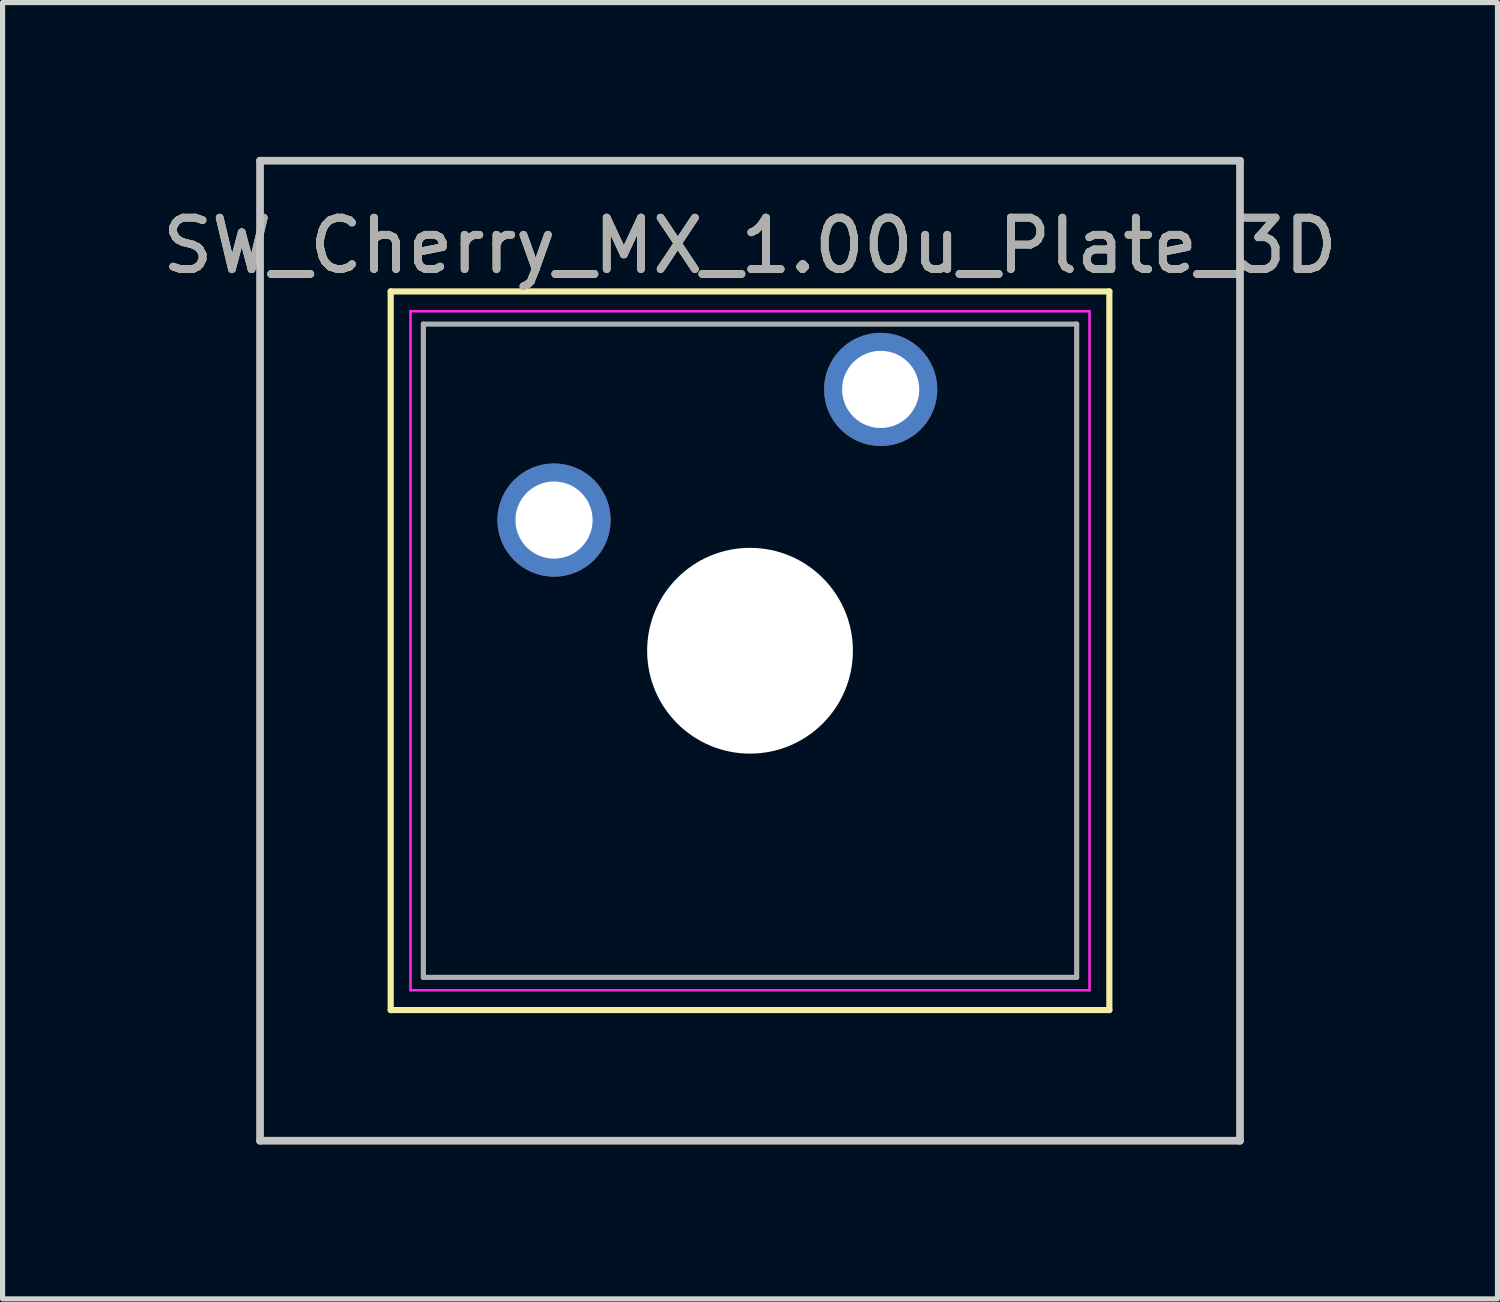
<source format=kicad_pcb>
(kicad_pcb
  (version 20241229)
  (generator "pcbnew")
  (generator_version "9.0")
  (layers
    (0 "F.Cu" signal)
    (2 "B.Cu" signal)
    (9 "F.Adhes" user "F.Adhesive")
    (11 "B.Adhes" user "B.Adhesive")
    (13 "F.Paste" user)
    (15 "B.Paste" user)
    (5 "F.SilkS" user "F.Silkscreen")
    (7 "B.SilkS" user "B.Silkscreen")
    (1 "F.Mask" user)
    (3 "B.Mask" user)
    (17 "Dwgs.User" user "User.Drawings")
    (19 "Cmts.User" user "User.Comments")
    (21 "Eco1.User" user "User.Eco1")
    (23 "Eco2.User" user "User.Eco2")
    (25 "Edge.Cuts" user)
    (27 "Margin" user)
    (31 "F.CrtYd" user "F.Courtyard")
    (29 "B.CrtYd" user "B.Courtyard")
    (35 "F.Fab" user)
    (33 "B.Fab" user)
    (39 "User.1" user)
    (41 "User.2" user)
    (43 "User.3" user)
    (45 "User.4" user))
  (footprint "SW_Cherry_MX_1.00u_Plate_3D"
    (layer "F.Cu")
    (at 14.07 4.52)
    (property "Reference" "SW_Cherry_MX_1.00u_Plate_3D" (at -2.54 -2.794 0) (layer "F.SilkS") (effects (font (size 1 1) (thickness 0.15))))
    (attr through_hole)
    (fp_line (start -9.525 -1.905) (end 4.445 -1.905) (stroke (width 0.12) (type solid)) (layer "F.SilkS"))
    (fp_line (start -9.525 12.065) (end -9.525 -1.905) (stroke (width 0.12) (type solid)) (layer "F.SilkS"))
    (fp_line (start 4.445 -1.905) (end 4.445 12.065) (stroke (width 0.12) (type solid)) (layer "F.SilkS"))
    (fp_line (start 4.445 12.065) (end -9.525 12.065) (stroke (width 0.12) (type solid)) (layer "F.SilkS"))
    (fp_line (start -12.065 -4.445) (end 6.985 -4.445) (stroke (width 0.15) (type solid)) (layer "Dwgs.User"))
    (fp_line (start -12.065 14.605) (end -12.065 -4.445) (stroke (width 0.15) (type solid)) (layer "Dwgs.User"))
    (fp_line (start 6.985 -4.445) (end 6.985 14.605) (stroke (width 0.15) (type solid)) (layer "Dwgs.User"))
    (fp_line (start 6.985 14.605) (end -12.065 14.605) (stroke (width 0.15) (type solid)) (layer "Dwgs.User"))
    (fp_line (start -9.14 -1.52) (end 4.06 -1.52) (stroke (width 0.05) (type solid)) (layer "F.CrtYd"))
    (fp_line (start -9.14 11.68) (end -9.14 -1.52) (stroke (width 0.05) (type solid)) (layer "F.CrtYd"))
    (fp_line (start 4.06 -1.52) (end 4.06 11.68) (stroke (width 0.05) (type solid)) (layer "F.CrtYd"))
    (fp_line (start 4.06 11.68) (end -9.14 11.68) (stroke (width 0.05) (type solid)) (layer "F.CrtYd"))
    (fp_line (start -8.89 -1.27) (end 3.81 -1.27) (stroke (width 0.1) (type solid)) (layer "F.Fab"))
    (fp_line (start -8.89 11.43) (end -8.89 -1.27) (stroke (width 0.1) (type solid)) (layer "F.Fab"))
    (fp_line (start 3.81 -1.27) (end 3.81 11.43) (stroke (width 0.1) (type solid)) (layer "F.Fab"))
    (fp_line (start 3.81 11.43) (end -8.89 11.43) (stroke (width 0.1) (type solid)) (layer "F.Fab"))
    (fp_text user "${REFERENCE}" (at -2.54 -2.794 0) (layer "F.Fab") (effects (font (size 1 1) (thickness 0.15))))
    (pad "" np_thru_hole circle (at -2.54 5.08) (size 4 4) (drill 4) (layers "*.Cu" "*.Mask"))
    (pad "1" thru_hole circle (at 0 0) (size 2.2 2.2) (drill 1.5) (layers "*.Cu" "*.Mask"))
    (pad "2" thru_hole circle (at -6.35 2.54) (size 2.2 2.2) (drill 1.5) (layers "*.Cu" "*.Mask")))
  (gr_rect
    (start -3 -3)
    (end 26.06 22.2)
    (stroke (width 0.1) (type default))
    (fill no)
    (layer "Edge.Cuts")))
</source>
